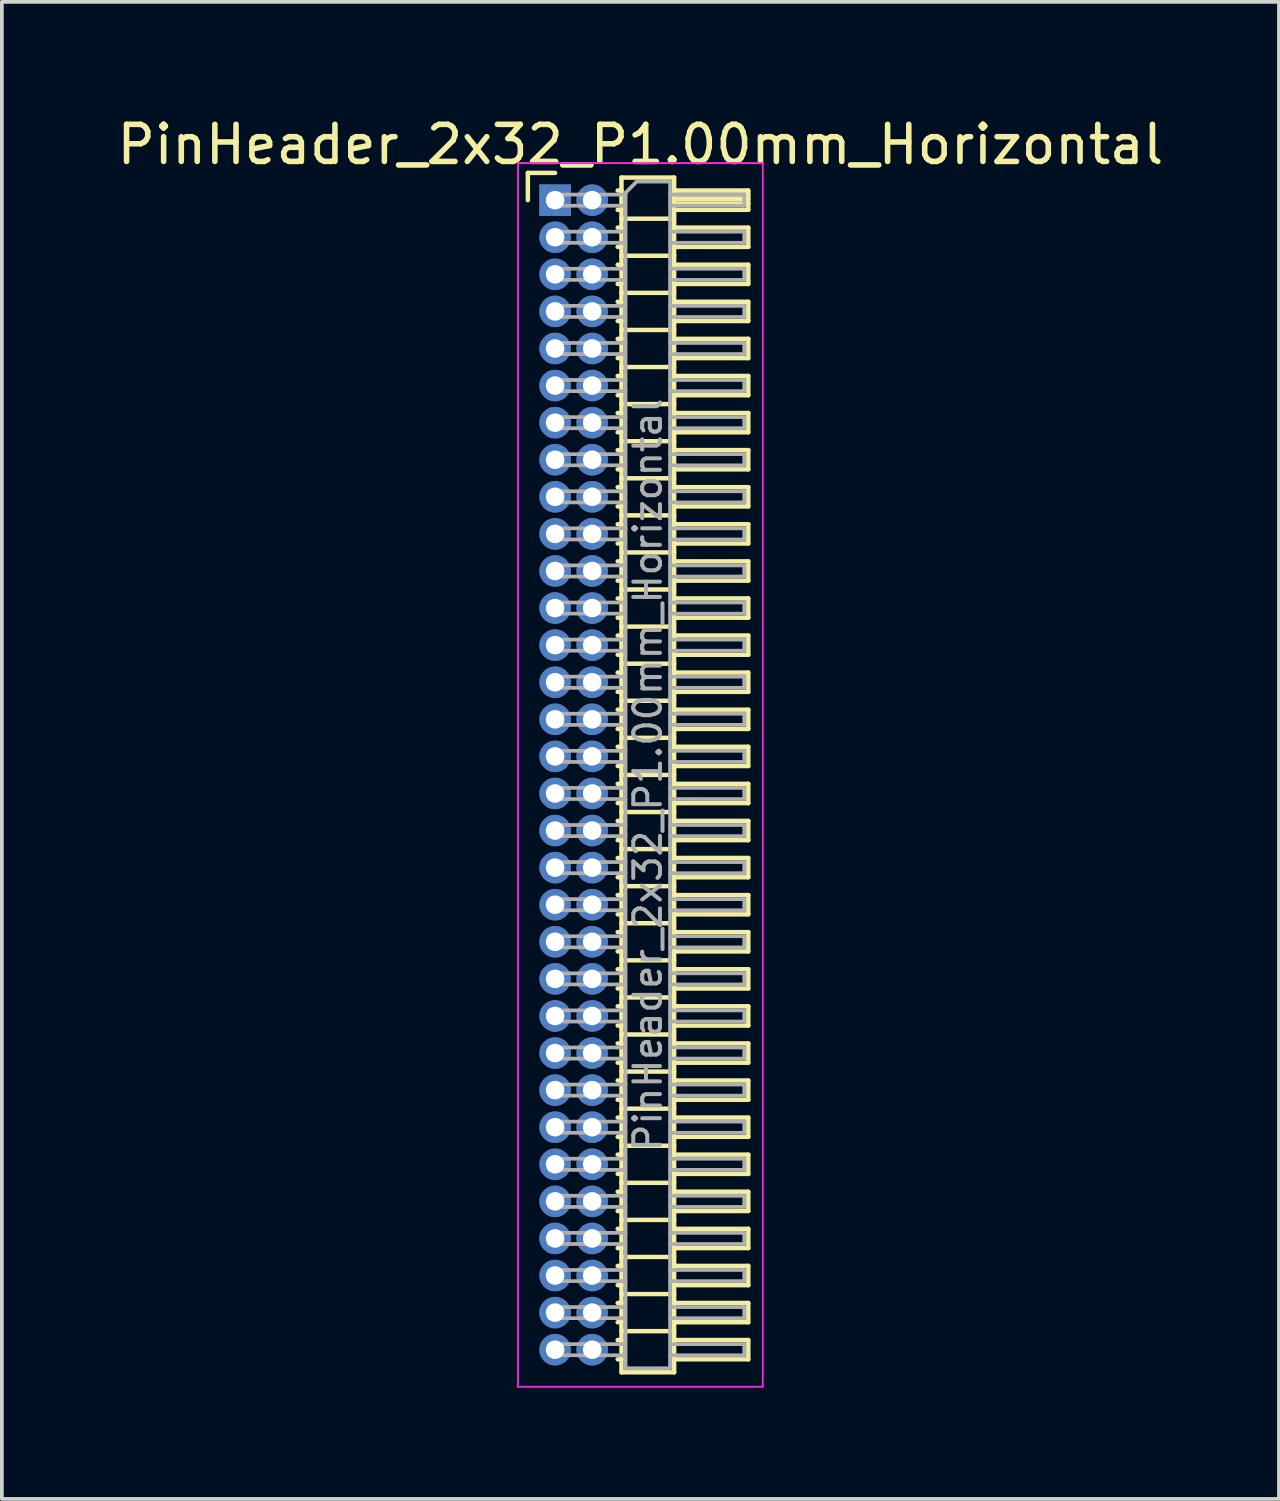
<source format=kicad_pcb>
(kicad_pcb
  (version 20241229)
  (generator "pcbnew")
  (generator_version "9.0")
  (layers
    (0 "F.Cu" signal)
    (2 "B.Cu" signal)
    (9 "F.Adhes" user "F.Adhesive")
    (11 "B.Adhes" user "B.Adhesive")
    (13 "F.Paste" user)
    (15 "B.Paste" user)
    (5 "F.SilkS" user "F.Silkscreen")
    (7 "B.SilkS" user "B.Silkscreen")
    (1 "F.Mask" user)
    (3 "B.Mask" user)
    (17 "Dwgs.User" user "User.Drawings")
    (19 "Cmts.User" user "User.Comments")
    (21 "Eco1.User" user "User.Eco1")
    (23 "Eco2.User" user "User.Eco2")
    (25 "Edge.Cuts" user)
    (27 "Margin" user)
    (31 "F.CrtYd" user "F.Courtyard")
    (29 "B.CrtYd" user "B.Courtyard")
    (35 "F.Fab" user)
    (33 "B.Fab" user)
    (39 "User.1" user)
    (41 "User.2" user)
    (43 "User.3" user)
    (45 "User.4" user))
  (footprint "PinHeader_2x32_P1.00mm_Horizontal"
    (layer "F.Cu")
    (at 11.92 2.348)
    (property "Reference" "PinHeader_2x32_P1.00mm_Horizontal" (at 2.3 -1.5 0) (layer "F.SilkS") (effects (font (size 1 1) (thickness 0.15))))
    (attr through_hole)
    (fp_line (start -0.735 -0.735) (end 0 -0.735) (stroke (width 0.12) (type solid)) (layer "F.SilkS"))
    (fp_line (start -0.735 0) (end -0.735 -0.735) (stroke (width 0.12) (type solid)) (layer "F.SilkS"))
    (fp_line (start 1.687 -0.26) (end 1.79 -0.26) (stroke (width 0.12) (type solid)) (layer "F.SilkS"))
    (fp_line (start 1.687 0.26) (end 1.79 0.26) (stroke (width 0.12) (type solid)) (layer "F.SilkS"))
    (fp_line (start 1.687 0.74) (end 1.79 0.74) (stroke (width 0.12) (type solid)) (layer "F.SilkS"))
    (fp_line (start 1.687 1.26) (end 1.79 1.26) (stroke (width 0.12) (type solid)) (layer "F.SilkS"))
    (fp_line (start 1.687 1.74) (end 1.79 1.74) (stroke (width 0.12) (type solid)) (layer "F.SilkS"))
    (fp_line (start 1.687 2.26) (end 1.79 2.26) (stroke (width 0.12) (type solid)) (layer "F.SilkS"))
    (fp_line (start 1.687 2.74) (end 1.79 2.74) (stroke (width 0.12) (type solid)) (layer "F.SilkS"))
    (fp_line (start 1.687 3.26) (end 1.79 3.26) (stroke (width 0.12) (type solid)) (layer "F.SilkS"))
    (fp_line (start 1.687 3.74) (end 1.79 3.74) (stroke (width 0.12) (type solid)) (layer "F.SilkS"))
    (fp_line (start 1.687 4.26) (end 1.79 4.26) (stroke (width 0.12) (type solid)) (layer "F.SilkS"))
    (fp_line (start 1.687 4.74) (end 1.79 4.74) (stroke (width 0.12) (type solid)) (layer "F.SilkS"))
    (fp_line (start 1.687 5.26) (end 1.79 5.26) (stroke (width 0.12) (type solid)) (layer "F.SilkS"))
    (fp_line (start 1.687 5.74) (end 1.79 5.74) (stroke (width 0.12) (type solid)) (layer "F.SilkS"))
    (fp_line (start 1.687 6.26) (end 1.79 6.26) (stroke (width 0.12) (type solid)) (layer "F.SilkS"))
    (fp_line (start 1.687 6.74) (end 1.79 6.74) (stroke (width 0.12) (type solid)) (layer "F.SilkS"))
    (fp_line (start 1.687 7.26) (end 1.79 7.26) (stroke (width 0.12) (type solid)) (layer "F.SilkS"))
    (fp_line (start 1.687 7.74) (end 1.79 7.74) (stroke (width 0.12) (type solid)) (layer "F.SilkS"))
    (fp_line (start 1.687 8.26) (end 1.79 8.26) (stroke (width 0.12) (type solid)) (layer "F.SilkS"))
    (fp_line (start 1.687 8.74) (end 1.79 8.74) (stroke (width 0.12) (type solid)) (layer "F.SilkS"))
    (fp_line (start 1.687 9.26) (end 1.79 9.26) (stroke (width 0.12) (type solid)) (layer "F.SilkS"))
    (fp_line (start 1.687 9.74) (end 1.79 9.74) (stroke (width 0.12) (type solid)) (layer "F.SilkS"))
    (fp_line (start 1.687 10.26) (end 1.79 10.26) (stroke (width 0.12) (type solid)) (layer "F.SilkS"))
    (fp_line (start 1.687 10.74) (end 1.79 10.74) (stroke (width 0.12) (type solid)) (layer "F.SilkS"))
    (fp_line (start 1.687 11.26) (end 1.79 11.26) (stroke (width 0.12) (type solid)) (layer "F.SilkS"))
    (fp_line (start 1.687 11.74) (end 1.79 11.74) (stroke (width 0.12) (type solid)) (layer "F.SilkS"))
    (fp_line (start 1.687 12.26) (end 1.79 12.26) (stroke (width 0.12) (type solid)) (layer "F.SilkS"))
    (fp_line (start 1.687 12.74) (end 1.79 12.74) (stroke (width 0.12) (type solid)) (layer "F.SilkS"))
    (fp_line (start 1.687 13.26) (end 1.79 13.26) (stroke (width 0.12) (type solid)) (layer "F.SilkS"))
    (fp_line (start 1.687 13.74) (end 1.79 13.74) (stroke (width 0.12) (type solid)) (layer "F.SilkS"))
    (fp_line (start 1.687 14.26) (end 1.79 14.26) (stroke (width 0.12) (type solid)) (layer "F.SilkS"))
    (fp_line (start 1.687 14.74) (end 1.79 14.74) (stroke (width 0.12) (type solid)) (layer "F.SilkS"))
    (fp_line (start 1.687 15.26) (end 1.79 15.26) (stroke (width 0.12) (type solid)) (layer "F.SilkS"))
    (fp_line (start 1.687 15.74) (end 1.79 15.74) (stroke (width 0.12) (type solid)) (layer "F.SilkS"))
    (fp_line (start 1.687 16.26) (end 1.79 16.26) (stroke (width 0.12) (type solid)) (layer "F.SilkS"))
    (fp_line (start 1.687 16.74) (end 1.79 16.74) (stroke (width 0.12) (type solid)) (layer "F.SilkS"))
    (fp_line (start 1.687 17.26) (end 1.79 17.26) (stroke (width 0.12) (type solid)) (layer "F.SilkS"))
    (fp_line (start 1.687 17.74) (end 1.79 17.74) (stroke (width 0.12) (type solid)) (layer "F.SilkS"))
    (fp_line (start 1.687 18.26) (end 1.79 18.26) (stroke (width 0.12) (type solid)) (layer "F.SilkS"))
    (fp_line (start 1.687 18.74) (end 1.79 18.74) (stroke (width 0.12) (type solid)) (layer "F.SilkS"))
    (fp_line (start 1.687 19.26) (end 1.79 19.26) (stroke (width 0.12) (type solid)) (layer "F.SilkS"))
    (fp_line (start 1.687 19.74) (end 1.79 19.74) (stroke (width 0.12) (type solid)) (layer "F.SilkS"))
    (fp_line (start 1.687 20.26) (end 1.79 20.26) (stroke (width 0.12) (type solid)) (layer "F.SilkS"))
    (fp_line (start 1.687 20.74) (end 1.79 20.74) (stroke (width 0.12) (type solid)) (layer "F.SilkS"))
    (fp_line (start 1.687 21.26) (end 1.79 21.26) (stroke (width 0.12) (type solid)) (layer "F.SilkS"))
    (fp_line (start 1.687 21.74) (end 1.79 21.74) (stroke (width 0.12) (type solid)) (layer "F.SilkS"))
    (fp_line (start 1.687 22.26) (end 1.79 22.26) (stroke (width 0.12) (type solid)) (layer "F.SilkS"))
    (fp_line (start 1.687 22.74) (end 1.79 22.74) (stroke (width 0.12) (type solid)) (layer "F.SilkS"))
    (fp_line (start 1.687 23.26) (end 1.79 23.26) (stroke (width 0.12) (type solid)) (layer "F.SilkS"))
    (fp_line (start 1.687 23.74) (end 1.79 23.74) (stroke (width 0.12) (type solid)) (layer "F.SilkS"))
    (fp_line (start 1.687 24.26) (end 1.79 24.26) (stroke (width 0.12) (type solid)) (layer "F.SilkS"))
    (fp_line (start 1.687 24.74) (end 1.79 24.74) (stroke (width 0.12) (type solid)) (layer "F.SilkS"))
    (fp_line (start 1.687 25.26) (end 1.79 25.26) (stroke (width 0.12) (type solid)) (layer "F.SilkS"))
    (fp_line (start 1.687 25.74) (end 1.79 25.74) (stroke (width 0.12) (type solid)) (layer "F.SilkS"))
    (fp_line (start 1.687 26.26) (end 1.79 26.26) (stroke (width 0.12) (type solid)) (layer "F.SilkS"))
    (fp_line (start 1.687 26.74) (end 1.79 26.74) (stroke (width 0.12) (type solid)) (layer "F.SilkS"))
    (fp_line (start 1.687 27.26) (end 1.79 27.26) (stroke (width 0.12) (type solid)) (layer "F.SilkS"))
    (fp_line (start 1.687 27.74) (end 1.79 27.74) (stroke (width 0.12) (type solid)) (layer "F.SilkS"))
    (fp_line (start 1.687 28.26) (end 1.79 28.26) (stroke (width 0.12) (type solid)) (layer "F.SilkS"))
    (fp_line (start 1.687 28.74) (end 1.79 28.74) (stroke (width 0.12) (type solid)) (layer "F.SilkS"))
    (fp_line (start 1.687 29.26) (end 1.79 29.26) (stroke (width 0.12) (type solid)) (layer "F.SilkS"))
    (fp_line (start 1.687 29.74) (end 1.79 29.74) (stroke (width 0.12) (type solid)) (layer "F.SilkS"))
    (fp_line (start 1.687 30.26) (end 1.79 30.26) (stroke (width 0.12) (type solid)) (layer "F.SilkS"))
    (fp_line (start 1.687 30.74) (end 1.79 30.74) (stroke (width 0.12) (type solid)) (layer "F.SilkS"))
    (fp_line (start 1.687 31.26) (end 1.79 31.26) (stroke (width 0.12) (type solid)) (layer "F.SilkS"))
    (fp_line (start 1.79 -0.61) (end 1.79 31.61) (stroke (width 0.12) (type solid)) (layer "F.SilkS"))
    (fp_line (start 1.79 0.5) (end 3.21 0.5) (stroke (width 0.12) (type solid)) (layer "F.SilkS"))
    (fp_line (start 1.79 1.5) (end 3.21 1.5) (stroke (width 0.12) (type solid)) (layer "F.SilkS"))
    (fp_line (start 1.79 2.5) (end 3.21 2.5) (stroke (width 0.12) (type solid)) (layer "F.SilkS"))
    (fp_line (start 1.79 3.5) (end 3.21 3.5) (stroke (width 0.12) (type solid)) (layer "F.SilkS"))
    (fp_line (start 1.79 4.5) (end 3.21 4.5) (stroke (width 0.12) (type solid)) (layer "F.SilkS"))
    (fp_line (start 1.79 5.5) (end 3.21 5.5) (stroke (width 0.12) (type solid)) (layer "F.SilkS"))
    (fp_line (start 1.79 6.5) (end 3.21 6.5) (stroke (width 0.12) (type solid)) (layer "F.SilkS"))
    (fp_line (start 1.79 7.5) (end 3.21 7.5) (stroke (width 0.12) (type solid)) (layer "F.SilkS"))
    (fp_line (start 1.79 8.5) (end 3.21 8.5) (stroke (width 0.12) (type solid)) (layer "F.SilkS"))
    (fp_line (start 1.79 9.5) (end 3.21 9.5) (stroke (width 0.12) (type solid)) (layer "F.SilkS"))
    (fp_line (start 1.79 10.5) (end 3.21 10.5) (stroke (width 0.12) (type solid)) (layer "F.SilkS"))
    (fp_line (start 1.79 11.5) (end 3.21 11.5) (stroke (width 0.12) (type solid)) (layer "F.SilkS"))
    (fp_line (start 1.79 12.5) (end 3.21 12.5) (stroke (width 0.12) (type solid)) (layer "F.SilkS"))
    (fp_line (start 1.79 13.5) (end 3.21 13.5) (stroke (width 0.12) (type solid)) (layer "F.SilkS"))
    (fp_line (start 1.79 14.5) (end 3.21 14.5) (stroke (width 0.12) (type solid)) (layer "F.SilkS"))
    (fp_line (start 1.79 15.5) (end 3.21 15.5) (stroke (width 0.12) (type solid)) (layer "F.SilkS"))
    (fp_line (start 1.79 16.5) (end 3.21 16.5) (stroke (width 0.12) (type solid)) (layer "F.SilkS"))
    (fp_line (start 1.79 17.5) (end 3.21 17.5) (stroke (width 0.12) (type solid)) (layer "F.SilkS"))
    (fp_line (start 1.79 18.5) (end 3.21 18.5) (stroke (width 0.12) (type solid)) (layer "F.SilkS"))
    (fp_line (start 1.79 19.5) (end 3.21 19.5) (stroke (width 0.12) (type solid)) (layer "F.SilkS"))
    (fp_line (start 1.79 20.5) (end 3.21 20.5) (stroke (width 0.12) (type solid)) (layer "F.SilkS"))
    (fp_line (start 1.79 21.5) (end 3.21 21.5) (stroke (width 0.12) (type solid)) (layer "F.SilkS"))
    (fp_line (start 1.79 22.5) (end 3.21 22.5) (stroke (width 0.12) (type solid)) (layer "F.SilkS"))
    (fp_line (start 1.79 23.5) (end 3.21 23.5) (stroke (width 0.12) (type solid)) (layer "F.SilkS"))
    (fp_line (start 1.79 24.5) (end 3.21 24.5) (stroke (width 0.12) (type solid)) (layer "F.SilkS"))
    (fp_line (start 1.79 25.5) (end 3.21 25.5) (stroke (width 0.12) (type solid)) (layer "F.SilkS"))
    (fp_line (start 1.79 26.5) (end 3.21 26.5) (stroke (width 0.12) (type solid)) (layer "F.SilkS"))
    (fp_line (start 1.79 27.5) (end 3.21 27.5) (stroke (width 0.12) (type solid)) (layer "F.SilkS"))
    (fp_line (start 1.79 28.5) (end 3.21 28.5) (stroke (width 0.12) (type solid)) (layer "F.SilkS"))
    (fp_line (start 1.79 29.5) (end 3.21 29.5) (stroke (width 0.12) (type solid)) (layer "F.SilkS"))
    (fp_line (start 1.79 30.5) (end 3.21 30.5) (stroke (width 0.12) (type solid)) (layer "F.SilkS"))
    (fp_line (start 1.79 31.61) (end 3.21 31.61) (stroke (width 0.12) (type solid)) (layer "F.SilkS"))
    (fp_line (start 3.21 -0.61) (end 1.79 -0.61) (stroke (width 0.12) (type solid)) (layer "F.SilkS"))
    (fp_line (start 3.21 -0.26) (end 5.21 -0.26) (stroke (width 0.12) (type solid)) (layer "F.SilkS"))
    (fp_line (start 3.21 -0.15) (end 5.21 -0.15) (stroke (width 0.12) (type solid)) (layer "F.SilkS"))
    (fp_line (start 3.21 -0.03) (end 5.21 -0.03) (stroke (width 0.12) (type solid)) (layer "F.SilkS"))
    (fp_line (start 3.21 0.09) (end 5.21 0.09) (stroke (width 0.12) (type solid)) (layer "F.SilkS"))
    (fp_line (start 3.21 0.74) (end 5.21 0.74) (stroke (width 0.12) (type solid)) (layer "F.SilkS"))
    (fp_line (start 3.21 1.74) (end 5.21 1.74) (stroke (width 0.12) (type solid)) (layer "F.SilkS"))
    (fp_line (start 3.21 2.74) (end 5.21 2.74) (stroke (width 0.12) (type solid)) (layer "F.SilkS"))
    (fp_line (start 3.21 3.74) (end 5.21 3.74) (stroke (width 0.12) (type solid)) (layer "F.SilkS"))
    (fp_line (start 3.21 4.74) (end 5.21 4.74) (stroke (width 0.12) (type solid)) (layer "F.SilkS"))
    (fp_line (start 3.21 5.74) (end 5.21 5.74) (stroke (width 0.12) (type solid)) (layer "F.SilkS"))
    (fp_line (start 3.21 6.74) (end 5.21 6.74) (stroke (width 0.12) (type solid)) (layer "F.SilkS"))
    (fp_line (start 3.21 7.74) (end 5.21 7.74) (stroke (width 0.12) (type solid)) (layer "F.SilkS"))
    (fp_line (start 3.21 8.74) (end 5.21 8.74) (stroke (width 0.12) (type solid)) (layer "F.SilkS"))
    (fp_line (start 3.21 9.74) (end 5.21 9.74) (stroke (width 0.12) (type solid)) (layer "F.SilkS"))
    (fp_line (start 3.21 10.74) (end 5.21 10.74) (stroke (width 0.12) (type solid)) (layer "F.SilkS"))
    (fp_line (start 3.21 11.74) (end 5.21 11.74) (stroke (width 0.12) (type solid)) (layer "F.SilkS"))
    (fp_line (start 3.21 12.74) (end 5.21 12.74) (stroke (width 0.12) (type solid)) (layer "F.SilkS"))
    (fp_line (start 3.21 13.74) (end 5.21 13.74) (stroke (width 0.12) (type solid)) (layer "F.SilkS"))
    (fp_line (start 3.21 14.74) (end 5.21 14.74) (stroke (width 0.12) (type solid)) (layer "F.SilkS"))
    (fp_line (start 3.21 15.74) (end 5.21 15.74) (stroke (width 0.12) (type solid)) (layer "F.SilkS"))
    (fp_line (start 3.21 16.74) (end 5.21 16.74) (stroke (width 0.12) (type solid)) (layer "F.SilkS"))
    (fp_line (start 3.21 17.74) (end 5.21 17.74) (stroke (width 0.12) (type solid)) (layer "F.SilkS"))
    (fp_line (start 3.21 18.74) (end 5.21 18.74) (stroke (width 0.12) (type solid)) (layer "F.SilkS"))
    (fp_line (start 3.21 19.74) (end 5.21 19.74) (stroke (width 0.12) (type solid)) (layer "F.SilkS"))
    (fp_line (start 3.21 20.74) (end 5.21 20.74) (stroke (width 0.12) (type solid)) (layer "F.SilkS"))
    (fp_line (start 3.21 21.74) (end 5.21 21.74) (stroke (width 0.12) (type solid)) (layer "F.SilkS"))
    (fp_line (start 3.21 22.74) (end 5.21 22.74) (stroke (width 0.12) (type solid)) (layer "F.SilkS"))
    (fp_line (start 3.21 23.74) (end 5.21 23.74) (stroke (width 0.12) (type solid)) (layer "F.SilkS"))
    (fp_line (start 3.21 24.74) (end 5.21 24.74) (stroke (width 0.12) (type solid)) (layer "F.SilkS"))
    (fp_line (start 3.21 25.74) (end 5.21 25.74) (stroke (width 0.12) (type solid)) (layer "F.SilkS"))
    (fp_line (start 3.21 26.74) (end 5.21 26.74) (stroke (width 0.12) (type solid)) (layer "F.SilkS"))
    (fp_line (start 3.21 27.74) (end 5.21 27.74) (stroke (width 0.12) (type solid)) (layer "F.SilkS"))
    (fp_line (start 3.21 28.74) (end 5.21 28.74) (stroke (width 0.12) (type solid)) (layer "F.SilkS"))
    (fp_line (start 3.21 29.74) (end 5.21 29.74) (stroke (width 0.12) (type solid)) (layer "F.SilkS"))
    (fp_line (start 3.21 30.74) (end 5.21 30.74) (stroke (width 0.12) (type solid)) (layer "F.SilkS"))
    (fp_line (start 3.21 31.61) (end 3.21 -0.61) (stroke (width 0.12) (type solid)) (layer "F.SilkS"))
    (fp_line (start 5.21 -0.26) (end 5.21 0.26) (stroke (width 0.12) (type solid)) (layer "F.SilkS"))
    (fp_line (start 5.21 0.26) (end 3.21 0.26) (stroke (width 0.12) (type solid)) (layer "F.SilkS"))
    (fp_line (start 5.21 0.74) (end 5.21 1.26) (stroke (width 0.12) (type solid)) (layer "F.SilkS"))
    (fp_line (start 5.21 1.26) (end 3.21 1.26) (stroke (width 0.12) (type solid)) (layer "F.SilkS"))
    (fp_line (start 5.21 1.74) (end 5.21 2.26) (stroke (width 0.12) (type solid)) (layer "F.SilkS"))
    (fp_line (start 5.21 2.26) (end 3.21 2.26) (stroke (width 0.12) (type solid)) (layer "F.SilkS"))
    (fp_line (start 5.21 2.74) (end 5.21 3.26) (stroke (width 0.12) (type solid)) (layer "F.SilkS"))
    (fp_line (start 5.21 3.26) (end 3.21 3.26) (stroke (width 0.12) (type solid)) (layer "F.SilkS"))
    (fp_line (start 5.21 3.74) (end 5.21 4.26) (stroke (width 0.12) (type solid)) (layer "F.SilkS"))
    (fp_line (start 5.21 4.26) (end 3.21 4.26) (stroke (width 0.12) (type solid)) (layer "F.SilkS"))
    (fp_line (start 5.21 4.74) (end 5.21 5.26) (stroke (width 0.12) (type solid)) (layer "F.SilkS"))
    (fp_line (start 5.21 5.26) (end 3.21 5.26) (stroke (width 0.12) (type solid)) (layer "F.SilkS"))
    (fp_line (start 5.21 5.74) (end 5.21 6.26) (stroke (width 0.12) (type solid)) (layer "F.SilkS"))
    (fp_line (start 5.21 6.26) (end 3.21 6.26) (stroke (width 0.12) (type solid)) (layer "F.SilkS"))
    (fp_line (start 5.21 6.74) (end 5.21 7.26) (stroke (width 0.12) (type solid)) (layer "F.SilkS"))
    (fp_line (start 5.21 7.26) (end 3.21 7.26) (stroke (width 0.12) (type solid)) (layer "F.SilkS"))
    (fp_line (start 5.21 7.74) (end 5.21 8.26) (stroke (width 0.12) (type solid)) (layer "F.SilkS"))
    (fp_line (start 5.21 8.26) (end 3.21 8.26) (stroke (width 0.12) (type solid)) (layer "F.SilkS"))
    (fp_line (start 5.21 8.74) (end 5.21 9.26) (stroke (width 0.12) (type solid)) (layer "F.SilkS"))
    (fp_line (start 5.21 9.26) (end 3.21 9.26) (stroke (width 0.12) (type solid)) (layer "F.SilkS"))
    (fp_line (start 5.21 9.74) (end 5.21 10.26) (stroke (width 0.12) (type solid)) (layer "F.SilkS"))
    (fp_line (start 5.21 10.26) (end 3.21 10.26) (stroke (width 0.12) (type solid)) (layer "F.SilkS"))
    (fp_line (start 5.21 10.74) (end 5.21 11.26) (stroke (width 0.12) (type solid)) (layer "F.SilkS"))
    (fp_line (start 5.21 11.26) (end 3.21 11.26) (stroke (width 0.12) (type solid)) (layer "F.SilkS"))
    (fp_line (start 5.21 11.74) (end 5.21 12.26) (stroke (width 0.12) (type solid)) (layer "F.SilkS"))
    (fp_line (start 5.21 12.26) (end 3.21 12.26) (stroke (width 0.12) (type solid)) (layer "F.SilkS"))
    (fp_line (start 5.21 12.74) (end 5.21 13.26) (stroke (width 0.12) (type solid)) (layer "F.SilkS"))
    (fp_line (start 5.21 13.26) (end 3.21 13.26) (stroke (width 0.12) (type solid)) (layer "F.SilkS"))
    (fp_line (start 5.21 13.74) (end 5.21 14.26) (stroke (width 0.12) (type solid)) (layer "F.SilkS"))
    (fp_line (start 5.21 14.26) (end 3.21 14.26) (stroke (width 0.12) (type solid)) (layer "F.SilkS"))
    (fp_line (start 5.21 14.74) (end 5.21 15.26) (stroke (width 0.12) (type solid)) (layer "F.SilkS"))
    (fp_line (start 5.21 15.26) (end 3.21 15.26) (stroke (width 0.12) (type solid)) (layer "F.SilkS"))
    (fp_line (start 5.21 15.74) (end 5.21 16.26) (stroke (width 0.12) (type solid)) (layer "F.SilkS"))
    (fp_line (start 5.21 16.26) (end 3.21 16.26) (stroke (width 0.12) (type solid)) (layer "F.SilkS"))
    (fp_line (start 5.21 16.74) (end 5.21 17.26) (stroke (width 0.12) (type solid)) (layer "F.SilkS"))
    (fp_line (start 5.21 17.26) (end 3.21 17.26) (stroke (width 0.12) (type solid)) (layer "F.SilkS"))
    (fp_line (start 5.21 17.74) (end 5.21 18.26) (stroke (width 0.12) (type solid)) (layer "F.SilkS"))
    (fp_line (start 5.21 18.26) (end 3.21 18.26) (stroke (width 0.12) (type solid)) (layer "F.SilkS"))
    (fp_line (start 5.21 18.74) (end 5.21 19.26) (stroke (width 0.12) (type solid)) (layer "F.SilkS"))
    (fp_line (start 5.21 19.26) (end 3.21 19.26) (stroke (width 0.12) (type solid)) (layer "F.SilkS"))
    (fp_line (start 5.21 19.74) (end 5.21 20.26) (stroke (width 0.12) (type solid)) (layer "F.SilkS"))
    (fp_line (start 5.21 20.26) (end 3.21 20.26) (stroke (width 0.12) (type solid)) (layer "F.SilkS"))
    (fp_line (start 5.21 20.74) (end 5.21 21.26) (stroke (width 0.12) (type solid)) (layer "F.SilkS"))
    (fp_line (start 5.21 21.26) (end 3.21 21.26) (stroke (width 0.12) (type solid)) (layer "F.SilkS"))
    (fp_line (start 5.21 21.74) (end 5.21 22.26) (stroke (width 0.12) (type solid)) (layer "F.SilkS"))
    (fp_line (start 5.21 22.26) (end 3.21 22.26) (stroke (width 0.12) (type solid)) (layer "F.SilkS"))
    (fp_line (start 5.21 22.74) (end 5.21 23.26) (stroke (width 0.12) (type solid)) (layer "F.SilkS"))
    (fp_line (start 5.21 23.26) (end 3.21 23.26) (stroke (width 0.12) (type solid)) (layer "F.SilkS"))
    (fp_line (start 5.21 23.74) (end 5.21 24.26) (stroke (width 0.12) (type solid)) (layer "F.SilkS"))
    (fp_line (start 5.21 24.26) (end 3.21 24.26) (stroke (width 0.12) (type solid)) (layer "F.SilkS"))
    (fp_line (start 5.21 24.74) (end 5.21 25.26) (stroke (width 0.12) (type solid)) (layer "F.SilkS"))
    (fp_line (start 5.21 25.26) (end 3.21 25.26) (stroke (width 0.12) (type solid)) (layer "F.SilkS"))
    (fp_line (start 5.21 25.74) (end 5.21 26.26) (stroke (width 0.12) (type solid)) (layer "F.SilkS"))
    (fp_line (start 5.21 26.26) (end 3.21 26.26) (stroke (width 0.12) (type solid)) (layer "F.SilkS"))
    (fp_line (start 5.21 26.74) (end 5.21 27.26) (stroke (width 0.12) (type solid)) (layer "F.SilkS"))
    (fp_line (start 5.21 27.26) (end 3.21 27.26) (stroke (width 0.12) (type solid)) (layer "F.SilkS"))
    (fp_line (start 5.21 27.74) (end 5.21 28.26) (stroke (width 0.12) (type solid)) (layer "F.SilkS"))
    (fp_line (start 5.21 28.26) (end 3.21 28.26) (stroke (width 0.12) (type solid)) (layer "F.SilkS"))
    (fp_line (start 5.21 28.74) (end 5.21 29.26) (stroke (width 0.12) (type solid)) (layer "F.SilkS"))
    (fp_line (start 5.21 29.26) (end 3.21 29.26) (stroke (width 0.12) (type solid)) (layer "F.SilkS"))
    (fp_line (start 5.21 29.74) (end 5.21 30.26) (stroke (width 0.12) (type solid)) (layer "F.SilkS"))
    (fp_line (start 5.21 30.26) (end 3.21 30.26) (stroke (width 0.12) (type solid)) (layer "F.SilkS"))
    (fp_line (start 5.21 30.74) (end 5.21 31.26) (stroke (width 0.12) (type solid)) (layer "F.SilkS"))
    (fp_line (start 5.21 31.26) (end 3.21 31.26) (stroke (width 0.12) (type solid)) (layer "F.SilkS"))
    (fp_line (start -1 -1) (end -1 32) (stroke (width 0.05) (type solid)) (layer "F.CrtYd"))
    (fp_line (start -1 32) (end 5.6 32) (stroke (width 0.05) (type solid)) (layer "F.CrtYd"))
    (fp_line (start 5.6 -1) (end -1 -1) (stroke (width 0.05) (type solid)) (layer "F.CrtYd"))
    (fp_line (start 5.6 32) (end 5.6 -1) (stroke (width 0.05) (type solid)) (layer "F.CrtYd"))
    (fp_line (start -0.15 -0.15) (end -0.15 0.15) (stroke (width 0.1) (type solid)) (layer "F.Fab"))
    (fp_line (start -0.15 -0.15) (end 1.9 -0.15) (stroke (width 0.1) (type solid)) (layer "F.Fab"))
    (fp_line (start -0.15 0.15) (end 1.9 0.15) (stroke (width 0.1) (type solid)) (layer "F.Fab"))
    (fp_line (start -0.15 0.85) (end -0.15 1.15) (stroke (width 0.1) (type solid)) (layer "F.Fab"))
    (fp_line (start -0.15 0.85) (end 1.9 0.85) (stroke (width 0.1) (type solid)) (layer "F.Fab"))
    (fp_line (start -0.15 1.15) (end 1.9 1.15) (stroke (width 0.1) (type solid)) (layer "F.Fab"))
    (fp_line (start -0.15 1.85) (end -0.15 2.15) (stroke (width 0.1) (type solid)) (layer "F.Fab"))
    (fp_line (start -0.15 1.85) (end 1.9 1.85) (stroke (width 0.1) (type solid)) (layer "F.Fab"))
    (fp_line (start -0.15 2.15) (end 1.9 2.15) (stroke (width 0.1) (type solid)) (layer "F.Fab"))
    (fp_line (start -0.15 2.85) (end -0.15 3.15) (stroke (width 0.1) (type solid)) (layer "F.Fab"))
    (fp_line (start -0.15 2.85) (end 1.9 2.85) (stroke (width 0.1) (type solid)) (layer "F.Fab"))
    (fp_line (start -0.15 3.15) (end 1.9 3.15) (stroke (width 0.1) (type solid)) (layer "F.Fab"))
    (fp_line (start -0.15 3.85) (end -0.15 4.15) (stroke (width 0.1) (type solid)) (layer "F.Fab"))
    (fp_line (start -0.15 3.85) (end 1.9 3.85) (stroke (width 0.1) (type solid)) (layer "F.Fab"))
    (fp_line (start -0.15 4.15) (end 1.9 4.15) (stroke (width 0.1) (type solid)) (layer "F.Fab"))
    (fp_line (start -0.15 4.85) (end -0.15 5.15) (stroke (width 0.1) (type solid)) (layer "F.Fab"))
    (fp_line (start -0.15 4.85) (end 1.9 4.85) (stroke (width 0.1) (type solid)) (layer "F.Fab"))
    (fp_line (start -0.15 5.15) (end 1.9 5.15) (stroke (width 0.1) (type solid)) (layer "F.Fab"))
    (fp_line (start -0.15 5.85) (end -0.15 6.15) (stroke (width 0.1) (type solid)) (layer "F.Fab"))
    (fp_line (start -0.15 5.85) (end 1.9 5.85) (stroke (width 0.1) (type solid)) (layer "F.Fab"))
    (fp_line (start -0.15 6.15) (end 1.9 6.15) (stroke (width 0.1) (type solid)) (layer "F.Fab"))
    (fp_line (start -0.15 6.85) (end -0.15 7.15) (stroke (width 0.1) (type solid)) (layer "F.Fab"))
    (fp_line (start -0.15 6.85) (end 1.9 6.85) (stroke (width 0.1) (type solid)) (layer "F.Fab"))
    (fp_line (start -0.15 7.15) (end 1.9 7.15) (stroke (width 0.1) (type solid)) (layer "F.Fab"))
    (fp_line (start -0.15 7.85) (end -0.15 8.15) (stroke (width 0.1) (type solid)) (layer "F.Fab"))
    (fp_line (start -0.15 7.85) (end 1.9 7.85) (stroke (width 0.1) (type solid)) (layer "F.Fab"))
    (fp_line (start -0.15 8.15) (end 1.9 8.15) (stroke (width 0.1) (type solid)) (layer "F.Fab"))
    (fp_line (start -0.15 8.85) (end -0.15 9.15) (stroke (width 0.1) (type solid)) (layer "F.Fab"))
    (fp_line (start -0.15 8.85) (end 1.9 8.85) (stroke (width 0.1) (type solid)) (layer "F.Fab"))
    (fp_line (start -0.15 9.15) (end 1.9 9.15) (stroke (width 0.1) (type solid)) (layer "F.Fab"))
    (fp_line (start -0.15 9.85) (end -0.15 10.15) (stroke (width 0.1) (type solid)) (layer "F.Fab"))
    (fp_line (start -0.15 9.85) (end 1.9 9.85) (stroke (width 0.1) (type solid)) (layer "F.Fab"))
    (fp_line (start -0.15 10.15) (end 1.9 10.15) (stroke (width 0.1) (type solid)) (layer "F.Fab"))
    (fp_line (start -0.15 10.85) (end -0.15 11.15) (stroke (width 0.1) (type solid)) (layer "F.Fab"))
    (fp_line (start -0.15 10.85) (end 1.9 10.85) (stroke (width 0.1) (type solid)) (layer "F.Fab"))
    (fp_line (start -0.15 11.15) (end 1.9 11.15) (stroke (width 0.1) (type solid)) (layer "F.Fab"))
    (fp_line (start -0.15 11.85) (end -0.15 12.15) (stroke (width 0.1) (type solid)) (layer "F.Fab"))
    (fp_line (start -0.15 11.85) (end 1.9 11.85) (stroke (width 0.1) (type solid)) (layer "F.Fab"))
    (fp_line (start -0.15 12.15) (end 1.9 12.15) (stroke (width 0.1) (type solid)) (layer "F.Fab"))
    (fp_line (start -0.15 12.85) (end -0.15 13.15) (stroke (width 0.1) (type solid)) (layer "F.Fab"))
    (fp_line (start -0.15 12.85) (end 1.9 12.85) (stroke (width 0.1) (type solid)) (layer "F.Fab"))
    (fp_line (start -0.15 13.15) (end 1.9 13.15) (stroke (width 0.1) (type solid)) (layer "F.Fab"))
    (fp_line (start -0.15 13.85) (end -0.15 14.15) (stroke (width 0.1) (type solid)) (layer "F.Fab"))
    (fp_line (start -0.15 13.85) (end 1.9 13.85) (stroke (width 0.1) (type solid)) (layer "F.Fab"))
    (fp_line (start -0.15 14.15) (end 1.9 14.15) (stroke (width 0.1) (type solid)) (layer "F.Fab"))
    (fp_line (start -0.15 14.85) (end -0.15 15.15) (stroke (width 0.1) (type solid)) (layer "F.Fab"))
    (fp_line (start -0.15 14.85) (end 1.9 14.85) (stroke (width 0.1) (type solid)) (layer "F.Fab"))
    (fp_line (start -0.15 15.15) (end 1.9 15.15) (stroke (width 0.1) (type solid)) (layer "F.Fab"))
    (fp_line (start -0.15 15.85) (end -0.15 16.15) (stroke (width 0.1) (type solid)) (layer "F.Fab"))
    (fp_line (start -0.15 15.85) (end 1.9 15.85) (stroke (width 0.1) (type solid)) (layer "F.Fab"))
    (fp_line (start -0.15 16.15) (end 1.9 16.15) (stroke (width 0.1) (type solid)) (layer "F.Fab"))
    (fp_line (start -0.15 16.85) (end -0.15 17.15) (stroke (width 0.1) (type solid)) (layer "F.Fab"))
    (fp_line (start -0.15 16.85) (end 1.9 16.85) (stroke (width 0.1) (type solid)) (layer "F.Fab"))
    (fp_line (start -0.15 17.15) (end 1.9 17.15) (stroke (width 0.1) (type solid)) (layer "F.Fab"))
    (fp_line (start -0.15 17.85) (end -0.15 18.15) (stroke (width 0.1) (type solid)) (layer "F.Fab"))
    (fp_line (start -0.15 17.85) (end 1.9 17.85) (stroke (width 0.1) (type solid)) (layer "F.Fab"))
    (fp_line (start -0.15 18.15) (end 1.9 18.15) (stroke (width 0.1) (type solid)) (layer "F.Fab"))
    (fp_line (start -0.15 18.85) (end -0.15 19.15) (stroke (width 0.1) (type solid)) (layer "F.Fab"))
    (fp_line (start -0.15 18.85) (end 1.9 18.85) (stroke (width 0.1) (type solid)) (layer "F.Fab"))
    (fp_line (start -0.15 19.15) (end 1.9 19.15) (stroke (width 0.1) (type solid)) (layer "F.Fab"))
    (fp_line (start -0.15 19.85) (end -0.15 20.15) (stroke (width 0.1) (type solid)) (layer "F.Fab"))
    (fp_line (start -0.15 19.85) (end 1.9 19.85) (stroke (width 0.1) (type solid)) (layer "F.Fab"))
    (fp_line (start -0.15 20.15) (end 1.9 20.15) (stroke (width 0.1) (type solid)) (layer "F.Fab"))
    (fp_line (start -0.15 20.85) (end -0.15 21.15) (stroke (width 0.1) (type solid)) (layer "F.Fab"))
    (fp_line (start -0.15 20.85) (end 1.9 20.85) (stroke (width 0.1) (type solid)) (layer "F.Fab"))
    (fp_line (start -0.15 21.15) (end 1.9 21.15) (stroke (width 0.1) (type solid)) (layer "F.Fab"))
    (fp_line (start -0.15 21.85) (end -0.15 22.15) (stroke (width 0.1) (type solid)) (layer "F.Fab"))
    (fp_line (start -0.15 21.85) (end 1.9 21.85) (stroke (width 0.1) (type solid)) (layer "F.Fab"))
    (fp_line (start -0.15 22.15) (end 1.9 22.15) (stroke (width 0.1) (type solid)) (layer "F.Fab"))
    (fp_line (start -0.15 22.85) (end -0.15 23.15) (stroke (width 0.1) (type solid)) (layer "F.Fab"))
    (fp_line (start -0.15 22.85) (end 1.9 22.85) (stroke (width 0.1) (type solid)) (layer "F.Fab"))
    (fp_line (start -0.15 23.15) (end 1.9 23.15) (stroke (width 0.1) (type solid)) (layer "F.Fab"))
    (fp_line (start -0.15 23.85) (end -0.15 24.15) (stroke (width 0.1) (type solid)) (layer "F.Fab"))
    (fp_line (start -0.15 23.85) (end 1.9 23.85) (stroke (width 0.1) (type solid)) (layer "F.Fab"))
    (fp_line (start -0.15 24.15) (end 1.9 24.15) (stroke (width 0.1) (type solid)) (layer "F.Fab"))
    (fp_line (start -0.15 24.85) (end -0.15 25.15) (stroke (width 0.1) (type solid)) (layer "F.Fab"))
    (fp_line (start -0.15 24.85) (end 1.9 24.85) (stroke (width 0.1) (type solid)) (layer "F.Fab"))
    (fp_line (start -0.15 25.15) (end 1.9 25.15) (stroke (width 0.1) (type solid)) (layer "F.Fab"))
    (fp_line (start -0.15 25.85) (end -0.15 26.15) (stroke (width 0.1) (type solid)) (layer "F.Fab"))
    (fp_line (start -0.15 25.85) (end 1.9 25.85) (stroke (width 0.1) (type solid)) (layer "F.Fab"))
    (fp_line (start -0.15 26.15) (end 1.9 26.15) (stroke (width 0.1) (type solid)) (layer "F.Fab"))
    (fp_line (start -0.15 26.85) (end -0.15 27.15) (stroke (width 0.1) (type solid)) (layer "F.Fab"))
    (fp_line (start -0.15 26.85) (end 1.9 26.85) (stroke (width 0.1) (type solid)) (layer "F.Fab"))
    (fp_line (start -0.15 27.15) (end 1.9 27.15) (stroke (width 0.1) (type solid)) (layer "F.Fab"))
    (fp_line (start -0.15 27.85) (end -0.15 28.15) (stroke (width 0.1) (type solid)) (layer "F.Fab"))
    (fp_line (start -0.15 27.85) (end 1.9 27.85) (stroke (width 0.1) (type solid)) (layer "F.Fab"))
    (fp_line (start -0.15 28.15) (end 1.9 28.15) (stroke (width 0.1) (type solid)) (layer "F.Fab"))
    (fp_line (start -0.15 28.85) (end -0.15 29.15) (stroke (width 0.1) (type solid)) (layer "F.Fab"))
    (fp_line (start -0.15 28.85) (end 1.9 28.85) (stroke (width 0.1) (type solid)) (layer "F.Fab"))
    (fp_line (start -0.15 29.15) (end 1.9 29.15) (stroke (width 0.1) (type solid)) (layer "F.Fab"))
    (fp_line (start -0.15 29.85) (end -0.15 30.15) (stroke (width 0.1) (type solid)) (layer "F.Fab"))
    (fp_line (start -0.15 29.85) (end 1.9 29.85) (stroke (width 0.1) (type solid)) (layer "F.Fab"))
    (fp_line (start -0.15 30.15) (end 1.9 30.15) (stroke (width 0.1) (type solid)) (layer "F.Fab"))
    (fp_line (start -0.15 30.85) (end -0.15 31.15) (stroke (width 0.1) (type solid)) (layer "F.Fab"))
    (fp_line (start -0.15 30.85) (end 1.9 30.85) (stroke (width 0.1) (type solid)) (layer "F.Fab"))
    (fp_line (start -0.15 31.15) (end 1.9 31.15) (stroke (width 0.1) (type solid)) (layer "F.Fab"))
    (fp_line (start 1.9 -0.2) (end 2.2 -0.5) (stroke (width 0.1) (type solid)) (layer "F.Fab"))
    (fp_line (start 1.9 31.5) (end 1.9 -0.2) (stroke (width 0.1) (type solid)) (layer "F.Fab"))
    (fp_line (start 2.2 -0.5) (end 3.1 -0.5) (stroke (width 0.1) (type solid)) (layer "F.Fab"))
    (fp_line (start 3.1 -0.5) (end 3.1 31.5) (stroke (width 0.1) (type solid)) (layer "F.Fab"))
    (fp_line (start 3.1 -0.15) (end 5.1 -0.15) (stroke (width 0.1) (type solid)) (layer "F.Fab"))
    (fp_line (start 3.1 0.15) (end 5.1 0.15) (stroke (width 0.1) (type solid)) (layer "F.Fab"))
    (fp_line (start 3.1 0.85) (end 5.1 0.85) (stroke (width 0.1) (type solid)) (layer "F.Fab"))
    (fp_line (start 3.1 1.15) (end 5.1 1.15) (stroke (width 0.1) (type solid)) (layer "F.Fab"))
    (fp_line (start 3.1 1.85) (end 5.1 1.85) (stroke (width 0.1) (type solid)) (layer "F.Fab"))
    (fp_line (start 3.1 2.15) (end 5.1 2.15) (stroke (width 0.1) (type solid)) (layer "F.Fab"))
    (fp_line (start 3.1 2.85) (end 5.1 2.85) (stroke (width 0.1) (type solid)) (layer "F.Fab"))
    (fp_line (start 3.1 3.15) (end 5.1 3.15) (stroke (width 0.1) (type solid)) (layer "F.Fab"))
    (fp_line (start 3.1 3.85) (end 5.1 3.85) (stroke (width 0.1) (type solid)) (layer "F.Fab"))
    (fp_line (start 3.1 4.15) (end 5.1 4.15) (stroke (width 0.1) (type solid)) (layer "F.Fab"))
    (fp_line (start 3.1 4.85) (end 5.1 4.85) (stroke (width 0.1) (type solid)) (layer "F.Fab"))
    (fp_line (start 3.1 5.15) (end 5.1 5.15) (stroke (width 0.1) (type solid)) (layer "F.Fab"))
    (fp_line (start 3.1 5.85) (end 5.1 5.85) (stroke (width 0.1) (type solid)) (layer "F.Fab"))
    (fp_line (start 3.1 6.15) (end 5.1 6.15) (stroke (width 0.1) (type solid)) (layer "F.Fab"))
    (fp_line (start 3.1 6.85) (end 5.1 6.85) (stroke (width 0.1) (type solid)) (layer "F.Fab"))
    (fp_line (start 3.1 7.15) (end 5.1 7.15) (stroke (width 0.1) (type solid)) (layer "F.Fab"))
    (fp_line (start 3.1 7.85) (end 5.1 7.85) (stroke (width 0.1) (type solid)) (layer "F.Fab"))
    (fp_line (start 3.1 8.15) (end 5.1 8.15) (stroke (width 0.1) (type solid)) (layer "F.Fab"))
    (fp_line (start 3.1 8.85) (end 5.1 8.85) (stroke (width 0.1) (type solid)) (layer "F.Fab"))
    (fp_line (start 3.1 9.15) (end 5.1 9.15) (stroke (width 0.1) (type solid)) (layer "F.Fab"))
    (fp_line (start 3.1 9.85) (end 5.1 9.85) (stroke (width 0.1) (type solid)) (layer "F.Fab"))
    (fp_line (start 3.1 10.15) (end 5.1 10.15) (stroke (width 0.1) (type solid)) (layer "F.Fab"))
    (fp_line (start 3.1 10.85) (end 5.1 10.85) (stroke (width 0.1) (type solid)) (layer "F.Fab"))
    (fp_line (start 3.1 11.15) (end 5.1 11.15) (stroke (width 0.1) (type solid)) (layer "F.Fab"))
    (fp_line (start 3.1 11.85) (end 5.1 11.85) (stroke (width 0.1) (type solid)) (layer "F.Fab"))
    (fp_line (start 3.1 12.15) (end 5.1 12.15) (stroke (width 0.1) (type solid)) (layer "F.Fab"))
    (fp_line (start 3.1 12.85) (end 5.1 12.85) (stroke (width 0.1) (type solid)) (layer "F.Fab"))
    (fp_line (start 3.1 13.15) (end 5.1 13.15) (stroke (width 0.1) (type solid)) (layer "F.Fab"))
    (fp_line (start 3.1 13.85) (end 5.1 13.85) (stroke (width 0.1) (type solid)) (layer "F.Fab"))
    (fp_line (start 3.1 14.15) (end 5.1 14.15) (stroke (width 0.1) (type solid)) (layer "F.Fab"))
    (fp_line (start 3.1 14.85) (end 5.1 14.85) (stroke (width 0.1) (type solid)) (layer "F.Fab"))
    (fp_line (start 3.1 15.15) (end 5.1 15.15) (stroke (width 0.1) (type solid)) (layer "F.Fab"))
    (fp_line (start 3.1 15.85) (end 5.1 15.85) (stroke (width 0.1) (type solid)) (layer "F.Fab"))
    (fp_line (start 3.1 16.15) (end 5.1 16.15) (stroke (width 0.1) (type solid)) (layer "F.Fab"))
    (fp_line (start 3.1 16.85) (end 5.1 16.85) (stroke (width 0.1) (type solid)) (layer "F.Fab"))
    (fp_line (start 3.1 17.15) (end 5.1 17.15) (stroke (width 0.1) (type solid)) (layer "F.Fab"))
    (fp_line (start 3.1 17.85) (end 5.1 17.85) (stroke (width 0.1) (type solid)) (layer "F.Fab"))
    (fp_line (start 3.1 18.15) (end 5.1 18.15) (stroke (width 0.1) (type solid)) (layer "F.Fab"))
    (fp_line (start 3.1 18.85) (end 5.1 18.85) (stroke (width 0.1) (type solid)) (layer "F.Fab"))
    (fp_line (start 3.1 19.15) (end 5.1 19.15) (stroke (width 0.1) (type solid)) (layer "F.Fab"))
    (fp_line (start 3.1 19.85) (end 5.1 19.85) (stroke (width 0.1) (type solid)) (layer "F.Fab"))
    (fp_line (start 3.1 20.15) (end 5.1 20.15) (stroke (width 0.1) (type solid)) (layer "F.Fab"))
    (fp_line (start 3.1 20.85) (end 5.1 20.85) (stroke (width 0.1) (type solid)) (layer "F.Fab"))
    (fp_line (start 3.1 21.15) (end 5.1 21.15) (stroke (width 0.1) (type solid)) (layer "F.Fab"))
    (fp_line (start 3.1 21.85) (end 5.1 21.85) (stroke (width 0.1) (type solid)) (layer "F.Fab"))
    (fp_line (start 3.1 22.15) (end 5.1 22.15) (stroke (width 0.1) (type solid)) (layer "F.Fab"))
    (fp_line (start 3.1 22.85) (end 5.1 22.85) (stroke (width 0.1) (type solid)) (layer "F.Fab"))
    (fp_line (start 3.1 23.15) (end 5.1 23.15) (stroke (width 0.1) (type solid)) (layer "F.Fab"))
    (fp_line (start 3.1 23.85) (end 5.1 23.85) (stroke (width 0.1) (type solid)) (layer "F.Fab"))
    (fp_line (start 3.1 24.15) (end 5.1 24.15) (stroke (width 0.1) (type solid)) (layer "F.Fab"))
    (fp_line (start 3.1 24.85) (end 5.1 24.85) (stroke (width 0.1) (type solid)) (layer "F.Fab"))
    (fp_line (start 3.1 25.15) (end 5.1 25.15) (stroke (width 0.1) (type solid)) (layer "F.Fab"))
    (fp_line (start 3.1 25.85) (end 5.1 25.85) (stroke (width 0.1) (type solid)) (layer "F.Fab"))
    (fp_line (start 3.1 26.15) (end 5.1 26.15) (stroke (width 0.1) (type solid)) (layer "F.Fab"))
    (fp_line (start 3.1 26.85) (end 5.1 26.85) (stroke (width 0.1) (type solid)) (layer "F.Fab"))
    (fp_line (start 3.1 27.15) (end 5.1 27.15) (stroke (width 0.1) (type solid)) (layer "F.Fab"))
    (fp_line (start 3.1 27.85) (end 5.1 27.85) (stroke (width 0.1) (type solid)) (layer "F.Fab"))
    (fp_line (start 3.1 28.15) (end 5.1 28.15) (stroke (width 0.1) (type solid)) (layer "F.Fab"))
    (fp_line (start 3.1 28.85) (end 5.1 28.85) (stroke (width 0.1) (type solid)) (layer "F.Fab"))
    (fp_line (start 3.1 29.15) (end 5.1 29.15) (stroke (width 0.1) (type solid)) (layer "F.Fab"))
    (fp_line (start 3.1 29.85) (end 5.1 29.85) (stroke (width 0.1) (type solid)) (layer "F.Fab"))
    (fp_line (start 3.1 30.15) (end 5.1 30.15) (stroke (width 0.1) (type solid)) (layer "F.Fab"))
    (fp_line (start 3.1 30.85) (end 5.1 30.85) (stroke (width 0.1) (type solid)) (layer "F.Fab"))
    (fp_line (start 3.1 31.15) (end 5.1 31.15) (stroke (width 0.1) (type solid)) (layer "F.Fab"))
    (fp_line (start 3.1 31.5) (end 1.9 31.5) (stroke (width 0.1) (type solid)) (layer "F.Fab"))
    (fp_line (start 5.1 -0.15) (end 5.1 0.15) (stroke (width 0.1) (type solid)) (layer "F.Fab"))
    (fp_line (start 5.1 0.85) (end 5.1 1.15) (stroke (width 0.1) (type solid)) (layer "F.Fab"))
    (fp_line (start 5.1 1.85) (end 5.1 2.15) (stroke (width 0.1) (type solid)) (layer "F.Fab"))
    (fp_line (start 5.1 2.85) (end 5.1 3.15) (stroke (width 0.1) (type solid)) (layer "F.Fab"))
    (fp_line (start 5.1 3.85) (end 5.1 4.15) (stroke (width 0.1) (type solid)) (layer "F.Fab"))
    (fp_line (start 5.1 4.85) (end 5.1 5.15) (stroke (width 0.1) (type solid)) (layer "F.Fab"))
    (fp_line (start 5.1 5.85) (end 5.1 6.15) (stroke (width 0.1) (type solid)) (layer "F.Fab"))
    (fp_line (start 5.1 6.85) (end 5.1 7.15) (stroke (width 0.1) (type solid)) (layer "F.Fab"))
    (fp_line (start 5.1 7.85) (end 5.1 8.15) (stroke (width 0.1) (type solid)) (layer "F.Fab"))
    (fp_line (start 5.1 8.85) (end 5.1 9.15) (stroke (width 0.1) (type solid)) (layer "F.Fab"))
    (fp_line (start 5.1 9.85) (end 5.1 10.15) (stroke (width 0.1) (type solid)) (layer "F.Fab"))
    (fp_line (start 5.1 10.85) (end 5.1 11.15) (stroke (width 0.1) (type solid)) (layer "F.Fab"))
    (fp_line (start 5.1 11.85) (end 5.1 12.15) (stroke (width 0.1) (type solid)) (layer "F.Fab"))
    (fp_line (start 5.1 12.85) (end 5.1 13.15) (stroke (width 0.1) (type solid)) (layer "F.Fab"))
    (fp_line (start 5.1 13.85) (end 5.1 14.15) (stroke (width 0.1) (type solid)) (layer "F.Fab"))
    (fp_line (start 5.1 14.85) (end 5.1 15.15) (stroke (width 0.1) (type solid)) (layer "F.Fab"))
    (fp_line (start 5.1 15.85) (end 5.1 16.15) (stroke (width 0.1) (type solid)) (layer "F.Fab"))
    (fp_line (start 5.1 16.85) (end 5.1 17.15) (stroke (width 0.1) (type solid)) (layer "F.Fab"))
    (fp_line (start 5.1 17.85) (end 5.1 18.15) (stroke (width 0.1) (type solid)) (layer "F.Fab"))
    (fp_line (start 5.1 18.85) (end 5.1 19.15) (stroke (width 0.1) (type solid)) (layer "F.Fab"))
    (fp_line (start 5.1 19.85) (end 5.1 20.15) (stroke (width 0.1) (type solid)) (layer "F.Fab"))
    (fp_line (start 5.1 20.85) (end 5.1 21.15) (stroke (width 0.1) (type solid)) (layer "F.Fab"))
    (fp_line (start 5.1 21.85) (end 5.1 22.15) (stroke (width 0.1) (type solid)) (layer "F.Fab"))
    (fp_line (start 5.1 22.85) (end 5.1 23.15) (stroke (width 0.1) (type solid)) (layer "F.Fab"))
    (fp_line (start 5.1 23.85) (end 5.1 24.15) (stroke (width 0.1) (type solid)) (layer "F.Fab"))
    (fp_line (start 5.1 24.85) (end 5.1 25.15) (stroke (width 0.1) (type solid)) (layer "F.Fab"))
    (fp_line (start 5.1 25.85) (end 5.1 26.15) (stroke (width 0.1) (type solid)) (layer "F.Fab"))
    (fp_line (start 5.1 26.85) (end 5.1 27.15) (stroke (width 0.1) (type solid)) (layer "F.Fab"))
    (fp_line (start 5.1 27.85) (end 5.1 28.15) (stroke (width 0.1) (type solid)) (layer "F.Fab"))
    (fp_line (start 5.1 28.85) (end 5.1 29.15) (stroke (width 0.1) (type solid)) (layer "F.Fab"))
    (fp_line (start 5.1 29.85) (end 5.1 30.15) (stroke (width 0.1) (type solid)) (layer "F.Fab"))
    (fp_line (start 5.1 30.85) (end 5.1 31.15) (stroke (width 0.1) (type solid)) (layer "F.Fab"))
    (fp_text user "${REFERENCE}" (at 2.5 15.5 90) (layer "F.Fab") (effects (font (size 0.72 0.72) (thickness 0.108))))
    (pad "1" thru_hole rect (at 0 0) (size 0.85 0.85) (drill 0.5) (layers "*.Cu" "*.Mask"))
    (pad "2" thru_hole circle (at 1 0) (size 0.85 0.85) (drill 0.5) (layers "*.Cu" "*.Mask"))
    (pad "3" thru_hole circle (at 0 1) (size 0.85 0.85) (drill 0.5) (layers "*.Cu" "*.Mask"))
    (pad "4" thru_hole circle (at 1 1) (size 0.85 0.85) (drill 0.5) (layers "*.Cu" "*.Mask"))
    (pad "5" thru_hole circle (at 0 2) (size 0.85 0.85) (drill 0.5) (layers "*.Cu" "*.Mask"))
    (pad "6" thru_hole circle (at 1 2) (size 0.85 0.85) (drill 0.5) (layers "*.Cu" "*.Mask"))
    (pad "7" thru_hole circle (at 0 3) (size 0.85 0.85) (drill 0.5) (layers "*.Cu" "*.Mask"))
    (pad "8" thru_hole circle (at 1 3) (size 0.85 0.85) (drill 0.5) (layers "*.Cu" "*.Mask"))
    (pad "9" thru_hole circle (at 0 4) (size 0.85 0.85) (drill 0.5) (layers "*.Cu" "*.Mask"))
    (pad "10" thru_hole circle (at 1 4) (size 0.85 0.85) (drill 0.5) (layers "*.Cu" "*.Mask"))
    (pad "11" thru_hole circle (at 0 5) (size 0.85 0.85) (drill 0.5) (layers "*.Cu" "*.Mask"))
    (pad "12" thru_hole circle (at 1 5) (size 0.85 0.85) (drill 0.5) (layers "*.Cu" "*.Mask"))
    (pad "13" thru_hole circle (at 0 6) (size 0.85 0.85) (drill 0.5) (layers "*.Cu" "*.Mask"))
    (pad "14" thru_hole circle (at 1 6) (size 0.85 0.85) (drill 0.5) (layers "*.Cu" "*.Mask"))
    (pad "15" thru_hole circle (at 0 7) (size 0.85 0.85) (drill 0.5) (layers "*.Cu" "*.Mask"))
    (pad "16" thru_hole circle (at 1 7) (size 0.85 0.85) (drill 0.5) (layers "*.Cu" "*.Mask"))
    (pad "17" thru_hole circle (at 0 8) (size 0.85 0.85) (drill 0.5) (layers "*.Cu" "*.Mask"))
    (pad "18" thru_hole circle (at 1 8) (size 0.85 0.85) (drill 0.5) (layers "*.Cu" "*.Mask"))
    (pad "19" thru_hole circle (at 0 9) (size 0.85 0.85) (drill 0.5) (layers "*.Cu" "*.Mask"))
    (pad "20" thru_hole circle (at 1 9) (size 0.85 0.85) (drill 0.5) (layers "*.Cu" "*.Mask"))
    (pad "21" thru_hole circle (at 0 10) (size 0.85 0.85) (drill 0.5) (layers "*.Cu" "*.Mask"))
    (pad "22" thru_hole circle (at 1 10) (size 0.85 0.85) (drill 0.5) (layers "*.Cu" "*.Mask"))
    (pad "23" thru_hole circle (at 0 11) (size 0.85 0.85) (drill 0.5) (layers "*.Cu" "*.Mask"))
    (pad "24" thru_hole circle (at 1 11) (size 0.85 0.85) (drill 0.5) (layers "*.Cu" "*.Mask"))
    (pad "25" thru_hole circle (at 0 12) (size 0.85 0.85) (drill 0.5) (layers "*.Cu" "*.Mask"))
    (pad "26" thru_hole circle (at 1 12) (size 0.85 0.85) (drill 0.5) (layers "*.Cu" "*.Mask"))
    (pad "27" thru_hole circle (at 0 13) (size 0.85 0.85) (drill 0.5) (layers "*.Cu" "*.Mask"))
    (pad "28" thru_hole circle (at 1 13) (size 0.85 0.85) (drill 0.5) (layers "*.Cu" "*.Mask"))
    (pad "29" thru_hole circle (at 0 14) (size 0.85 0.85) (drill 0.5) (layers "*.Cu" "*.Mask"))
    (pad "30" thru_hole circle (at 1 14) (size 0.85 0.85) (drill 0.5) (layers "*.Cu" "*.Mask"))
    (pad "31" thru_hole circle (at 0 15) (size 0.85 0.85) (drill 0.5) (layers "*.Cu" "*.Mask"))
    (pad "32" thru_hole circle (at 1 15) (size 0.85 0.85) (drill 0.5) (layers "*.Cu" "*.Mask"))
    (pad "33" thru_hole circle (at 0 16) (size 0.85 0.85) (drill 0.5) (layers "*.Cu" "*.Mask"))
    (pad "34" thru_hole circle (at 1 16) (size 0.85 0.85) (drill 0.5) (layers "*.Cu" "*.Mask"))
    (pad "35" thru_hole circle (at 0 17) (size 0.85 0.85) (drill 0.5) (layers "*.Cu" "*.Mask"))
    (pad "36" thru_hole circle (at 1 17) (size 0.85 0.85) (drill 0.5) (layers "*.Cu" "*.Mask"))
    (pad "37" thru_hole circle (at 0 18) (size 0.85 0.85) (drill 0.5) (layers "*.Cu" "*.Mask"))
    (pad "38" thru_hole circle (at 1 18) (size 0.85 0.85) (drill 0.5) (layers "*.Cu" "*.Mask"))
    (pad "39" thru_hole circle (at 0 19) (size 0.85 0.85) (drill 0.5) (layers "*.Cu" "*.Mask"))
    (pad "40" thru_hole circle (at 1 19) (size 0.85 0.85) (drill 0.5) (layers "*.Cu" "*.Mask"))
    (pad "41" thru_hole circle (at 0 20) (size 0.85 0.85) (drill 0.5) (layers "*.Cu" "*.Mask"))
    (pad "42" thru_hole circle (at 1 20) (size 0.85 0.85) (drill 0.5) (layers "*.Cu" "*.Mask"))
    (pad "43" thru_hole circle (at 0 21) (size 0.85 0.85) (drill 0.5) (layers "*.Cu" "*.Mask"))
    (pad "44" thru_hole circle (at 1 21) (size 0.85 0.85) (drill 0.5) (layers "*.Cu" "*.Mask"))
    (pad "45" thru_hole circle (at 0 22) (size 0.85 0.85) (drill 0.5) (layers "*.Cu" "*.Mask"))
    (pad "46" thru_hole circle (at 1 22) (size 0.85 0.85) (drill 0.5) (layers "*.Cu" "*.Mask"))
    (pad "47" thru_hole circle (at 0 23) (size 0.85 0.85) (drill 0.5) (layers "*.Cu" "*.Mask"))
    (pad "48" thru_hole circle (at 1 23) (size 0.85 0.85) (drill 0.5) (layers "*.Cu" "*.Mask"))
    (pad "49" thru_hole circle (at 0 24) (size 0.85 0.85) (drill 0.5) (layers "*.Cu" "*.Mask"))
    (pad "50" thru_hole circle (at 1 24) (size 0.85 0.85) (drill 0.5) (layers "*.Cu" "*.Mask"))
    (pad "51" thru_hole circle (at 0 25) (size 0.85 0.85) (drill 0.5) (layers "*.Cu" "*.Mask"))
    (pad "52" thru_hole circle (at 1 25) (size 0.85 0.85) (drill 0.5) (layers "*.Cu" "*.Mask"))
    (pad "53" thru_hole circle (at 0 26) (size 0.85 0.85) (drill 0.5) (layers "*.Cu" "*.Mask"))
    (pad "54" thru_hole circle (at 1 26) (size 0.85 0.85) (drill 0.5) (layers "*.Cu" "*.Mask"))
    (pad "55" thru_hole circle (at 0 27) (size 0.85 0.85) (drill 0.5) (layers "*.Cu" "*.Mask"))
    (pad "56" thru_hole circle (at 1 27) (size 0.85 0.85) (drill 0.5) (layers "*.Cu" "*.Mask"))
    (pad "57" thru_hole circle (at 0 28) (size 0.85 0.85) (drill 0.5) (layers "*.Cu" "*.Mask"))
    (pad "58" thru_hole circle (at 1 28) (size 0.85 0.85) (drill 0.5) (layers "*.Cu" "*.Mask"))
    (pad "59" thru_hole circle (at 0 29) (size 0.85 0.85) (drill 0.5) (layers "*.Cu" "*.Mask"))
    (pad "60" thru_hole circle (at 1 29) (size 0.85 0.85) (drill 0.5) (layers "*.Cu" "*.Mask"))
    (pad "61" thru_hole circle (at 0 30) (size 0.85 0.85) (drill 0.5) (layers "*.Cu" "*.Mask"))
    (pad "62" thru_hole circle (at 1 30) (size 0.85 0.85) (drill 0.5) (layers "*.Cu" "*.Mask"))
    (pad "63" thru_hole circle (at 0 31) (size 0.85 0.85) (drill 0.5) (layers "*.Cu" "*.Mask"))
    (pad "64" thru_hole circle (at 1 31) (size 0.85 0.85) (drill 0.5) (layers "*.Cu" "*.Mask")))
  (gr_rect
    (start -3 -3)
    (end 31.44 37.373)
    (stroke (width 0.1) (type default))
    (fill no)
    (layer "Edge.Cuts")))
</source>
